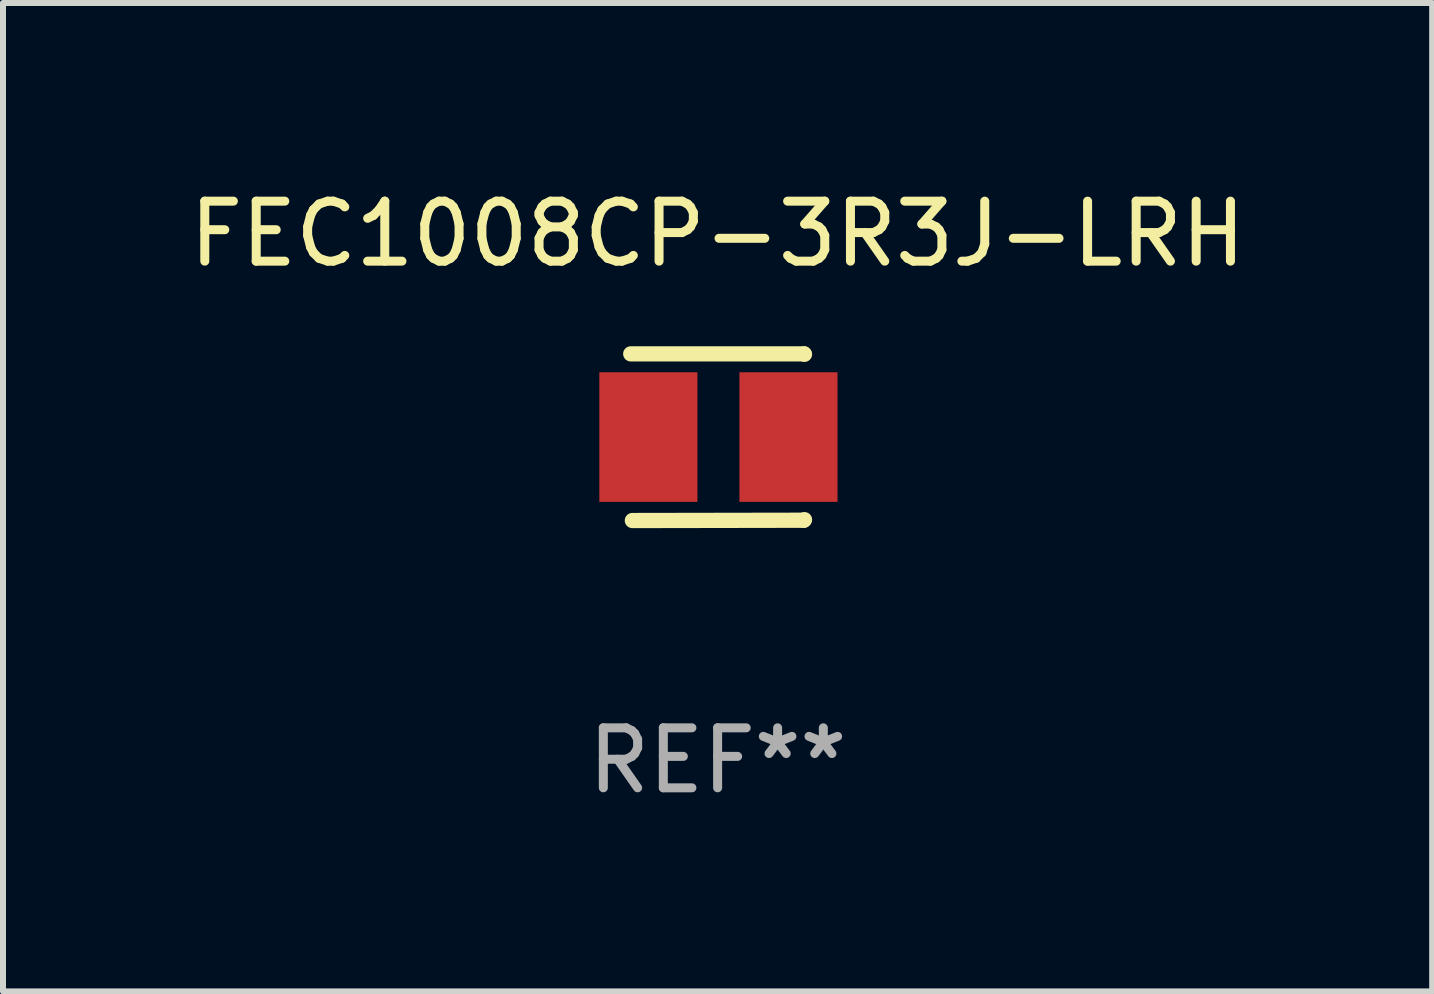
<source format=kicad_pcb>
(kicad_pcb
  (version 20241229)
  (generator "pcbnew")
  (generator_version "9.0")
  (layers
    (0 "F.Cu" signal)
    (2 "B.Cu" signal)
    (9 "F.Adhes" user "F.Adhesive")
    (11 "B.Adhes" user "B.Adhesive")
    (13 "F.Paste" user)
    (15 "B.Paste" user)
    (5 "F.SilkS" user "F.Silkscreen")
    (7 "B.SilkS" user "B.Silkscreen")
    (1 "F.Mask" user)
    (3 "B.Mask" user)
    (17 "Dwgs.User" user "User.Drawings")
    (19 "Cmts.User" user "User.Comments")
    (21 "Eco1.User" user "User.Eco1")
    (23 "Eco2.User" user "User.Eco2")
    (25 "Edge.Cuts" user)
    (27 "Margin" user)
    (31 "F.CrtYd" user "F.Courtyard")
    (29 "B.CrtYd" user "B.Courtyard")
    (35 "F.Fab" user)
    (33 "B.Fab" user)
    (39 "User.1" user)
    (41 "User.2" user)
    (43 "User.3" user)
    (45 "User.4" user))
  (footprint "FEC1008CP-3R3J-LRH"
    (layer "F.Cu")
    (at 8.911 4.237)
    (property "Reference" "FEC1008CP-3R3J-LRH" (at 0 -3.389 0) (layer "F.SilkS") (effects (font (size 1 1) (thickness 0.15))))
    (attr through_hole)
    (fp_line (start -1.448 -1.389) (end 1.441 -1.389) (stroke (width 0.254) (type solid)) (layer "F.SilkS"))
    (fp_line (start -1.421 1.389) (end 1.438 1.384) (stroke (width 0.254) (type solid)) (layer "F.SilkS"))
    (fp_line (start 1.438 1.384) (end 1.448 1.375) (stroke (width 0.254) (type solid)) (layer "F.SilkS"))
    (fp_line (start 1.441 -1.389) (end 1.448 -1.382) (stroke (width 0.254) (type solid)) (layer "F.SilkS"))
    (fp_circle (center 1.464 -1.402) (end 1.494 -1.402) (stroke (width 0.06) (type solid)) (fill no) (layer "F.SilkS"))
    (fp_text user "REF**" (at 0 5.389 0) (layer "F.Fab") (effects (font (size 1 1) (thickness 0.15))))
    (pad "1" smd rect (at 1.181 -0.002 180) (size 1.635 2.16) (layers "F.Cu" "F.Mask" "F.Paste"))
    (pad "2" smd rect (at -1.154 -0.002 180) (size 1.635 2.16) (layers "F.Cu" "F.Mask" "F.Paste")))
  (gr_rect
    (start -3 -3)
    (end 20.821 13.474)
    (stroke (width 0.1) (type default))
    (fill no)
    (layer "Edge.Cuts")))
</source>
